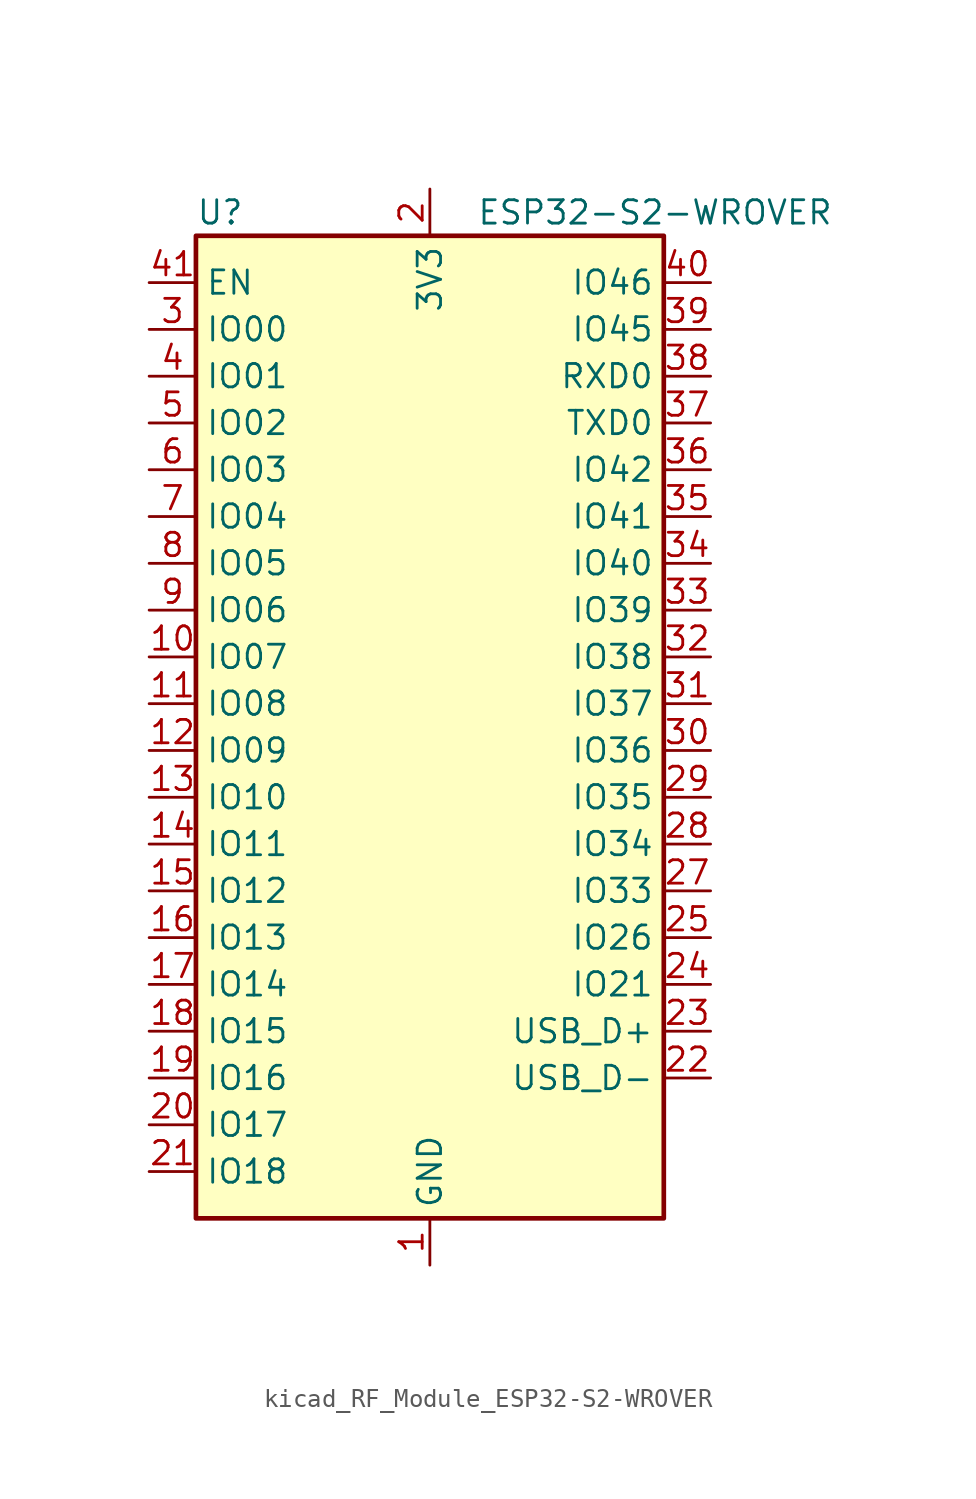
<source format=kicad_sym>
(kicad_symbol_lib
  (version 20220914)
  (generator kicad_symbol_editor)
  (symbol "kicad_RF_Module_ESP32-S2-WROVER"
    (property "Reference" "U"
      (at -12.7 29.21 0)
      (effects (font (size 1.27 1.27)) (justify left)))
    (property "Value" "ESP32-S2-WROVER"
      (at 2.54 29.21 0)
      (effects (font (size 1.27 1.27)) (justify left)))
    (symbol "kicad_RF_Module_ESP32-S2-WROVER_0_1"
      (rectangle (start -12.7 27.94) (end 12.7 -25.4) (stroke (width 0.254) (type default)) (fill (type background))))
    (symbol "kicad_RF_Module_ESP32-S2-WROVER_1_1"
      (pin power_in line (at 0 -27.94 90) (length 2.54) (name "GND" (effects (font (size 1.27 1.27)))) (number "1" (effects (font (size 1.27 1.27)))))
      (pin bidirectional line (at -15.24 5.08 0) (length 2.54) (name "IO07" (effects (font (size 1.27 1.27)))) (number "10" (effects (font (size 1.27 1.27)))))
      (pin bidirectional line (at -15.24 2.54 0) (length 2.54) (name "IO08" (effects (font (size 1.27 1.27)))) (number "11" (effects (font (size 1.27 1.27)))))
      (pin bidirectional line (at -15.24 0 0) (length 2.54) (name "IO09" (effects (font (size 1.27 1.27)))) (number "12" (effects (font (size 1.27 1.27)))))
      (pin bidirectional line (at -15.24 -2.54 0) (length 2.54) (name "IO10" (effects (font (size 1.27 1.27)))) (number "13" (effects (font (size 1.27 1.27)))))
      (pin bidirectional line (at -15.24 -5.08 0) (length 2.54) (name "IO11" (effects (font (size 1.27 1.27)))) (number "14" (effects (font (size 1.27 1.27)))))
      (pin bidirectional line (at -15.24 -7.62 0) (length 2.54) (name "IO12" (effects (font (size 1.27 1.27)))) (number "15" (effects (font (size 1.27 1.27)))))
      (pin bidirectional line (at -15.24 -10.16 0) (length 2.54) (name "IO13" (effects (font (size 1.27 1.27)))) (number "16" (effects (font (size 1.27 1.27)))))
      (pin bidirectional line (at -15.24 -12.7 0) (length 2.54) (name "IO14" (effects (font (size 1.27 1.27)))) (number "17" (effects (font (size 1.27 1.27)))))
      (pin bidirectional line (at -15.24 -15.24 0) (length 2.54) (name "IO15" (effects (font (size 1.27 1.27)))) (number "18" (effects (font (size 1.27 1.27)))))
      (pin bidirectional line (at -15.24 -17.78 0) (length 2.54) (name "IO16" (effects (font (size 1.27 1.27)))) (number "19" (effects (font (size 1.27 1.27)))))
      (pin power_in line (at 0 30.48 270) (length 2.54) (name "3V3" (effects (font (size 1.27 1.27)))) (number "2" (effects (font (size 1.27 1.27)))))
      (pin bidirectional line (at -15.24 -20.32 0) (length 2.54) (name "IO17" (effects (font (size 1.27 1.27)))) (number "20" (effects (font (size 1.27 1.27)))))
      (pin bidirectional line (at -15.24 -22.86 0) (length 2.54) (name "IO18" (effects (font (size 1.27 1.27)))) (number "21" (effects (font (size 1.27 1.27)))))
      (pin bidirectional line (at 15.24 -17.78 180) (length 2.54) (name "USB_D-" (effects (font (size 1.27 1.27)))) (number "22" (effects (font (size 1.27 1.27)))))
      (pin bidirectional line (at 15.24 -15.24 180) (length 2.54) (name "USB_D+" (effects (font (size 1.27 1.27)))) (number "23" (effects (font (size 1.27 1.27)))))
      (pin bidirectional line (at 15.24 -12.7 180) (length 2.54) (name "IO21" (effects (font (size 1.27 1.27)))) (number "24" (effects (font (size 1.27 1.27)))))
      (pin bidirectional line (at 15.24 -10.16 180) (length 2.54) (name "IO26" (effects (font (size 1.27 1.27)))) (number "25" (effects (font (size 1.27 1.27)))))
      (pin passive line (at 0 -27.94 90) (length 2.54) hide (name "GND" (effects (font (size 1.27 1.27)))) (number "26" (effects (font (size 1.27 1.27)))))
      (pin bidirectional line (at 15.24 -7.62 180) (length 2.54) (name "IO33" (effects (font (size 1.27 1.27)))) (number "27" (effects (font (size 1.27 1.27)))))
      (pin bidirectional line (at 15.24 -5.08 180) (length 2.54) (name "IO34" (effects (font (size 1.27 1.27)))) (number "28" (effects (font (size 1.27 1.27)))))
      (pin bidirectional line (at 15.24 -2.54 180) (length 2.54) (name "IO35" (effects (font (size 1.27 1.27)))) (number "29" (effects (font (size 1.27 1.27)))))
      (pin bidirectional line (at -15.24 22.86 0) (length 2.54) (name "IO00" (effects (font (size 1.27 1.27)))) (number "3" (effects (font (size 1.27 1.27)))))
      (pin bidirectional line (at 15.24 0 180) (length 2.54) (name "IO36" (effects (font (size 1.27 1.27)))) (number "30" (effects (font (size 1.27 1.27)))))
      (pin bidirectional line (at 15.24 2.54 180) (length 2.54) (name "IO37" (effects (font (size 1.27 1.27)))) (number "31" (effects (font (size 1.27 1.27)))))
      (pin bidirectional line (at 15.24 5.08 180) (length 2.54) (name "IO38" (effects (font (size 1.27 1.27)))) (number "32" (effects (font (size 1.27 1.27)))))
      (pin bidirectional line (at 15.24 7.62 180) (length 2.54) (name "IO39" (effects (font (size 1.27 1.27)))) (number "33" (effects (font (size 1.27 1.27)))))
      (pin bidirectional line (at 15.24 10.16 180) (length 2.54) (name "IO40" (effects (font (size 1.27 1.27)))) (number "34" (effects (font (size 1.27 1.27)))))
      (pin bidirectional line (at 15.24 12.7 180) (length 2.54) (name "IO41" (effects (font (size 1.27 1.27)))) (number "35" (effects (font (size 1.27 1.27)))))
      (pin bidirectional line (at 15.24 15.24 180) (length 2.54) (name "IO42" (effects (font (size 1.27 1.27)))) (number "36" (effects (font (size 1.27 1.27)))))
      (pin bidirectional line (at 15.24 17.78 180) (length 2.54) (name "TXD0" (effects (font (size 1.27 1.27)))) (number "37" (effects (font (size 1.27 1.27)))))
      (pin bidirectional line (at 15.24 20.32 180) (length 2.54) (name "RXD0" (effects (font (size 1.27 1.27)))) (number "38" (effects (font (size 1.27 1.27)))))
      (pin bidirectional line (at 15.24 22.86 180) (length 2.54) (name "IO45" (effects (font (size 1.27 1.27)))) (number "39" (effects (font (size 1.27 1.27)))))
      (pin bidirectional line (at -15.24 20.32 0) (length 2.54) (name "IO01" (effects (font (size 1.27 1.27)))) (number "4" (effects (font (size 1.27 1.27)))))
      (pin input line (at 15.24 25.4 180) (length 2.54) (name "IO46" (effects (font (size 1.27 1.27)))) (number "40" (effects (font (size 1.27 1.27)))))
      (pin input line (at -15.24 25.4 0) (length 2.54) (name "EN" (effects (font (size 1.27 1.27)))) (number "41" (effects (font (size 1.27 1.27)))))
      (pin passive line (at 0 -27.94 90) (length 2.54) hide (name "GND" (effects (font (size 1.27 1.27)))) (number "42" (effects (font (size 1.27 1.27)))))
      (pin passive line (at 0 -27.94 90) (length 2.54) hide (name "GND" (effects (font (size 1.27 1.27)))) (number "43" (effects (font (size 1.27 1.27)))))
      (pin bidirectional line (at -15.24 17.78 0) (length 2.54) (name "IO02" (effects (font (size 1.27 1.27)))) (number "5" (effects (font (size 1.27 1.27)))))
      (pin bidirectional line (at -15.24 15.24 0) (length 2.54) (name "IO03" (effects (font (size 1.27 1.27)))) (number "6" (effects (font (size 1.27 1.27)))))
      (pin bidirectional line (at -15.24 12.7 0) (length 2.54) (name "IO04" (effects (font (size 1.27 1.27)))) (number "7" (effects (font (size 1.27 1.27)))))
      (pin bidirectional line (at -15.24 10.16 0) (length 2.54) (name "IO05" (effects (font (size 1.27 1.27)))) (number "8" (effects (font (size 1.27 1.27)))))
      (pin bidirectional line (at -15.24 7.62 0) (length 2.54) (name "IO06" (effects (font (size 1.27 1.27)))) (number "9" (effects (font (size 1.27 1.27))))))))
</source>
